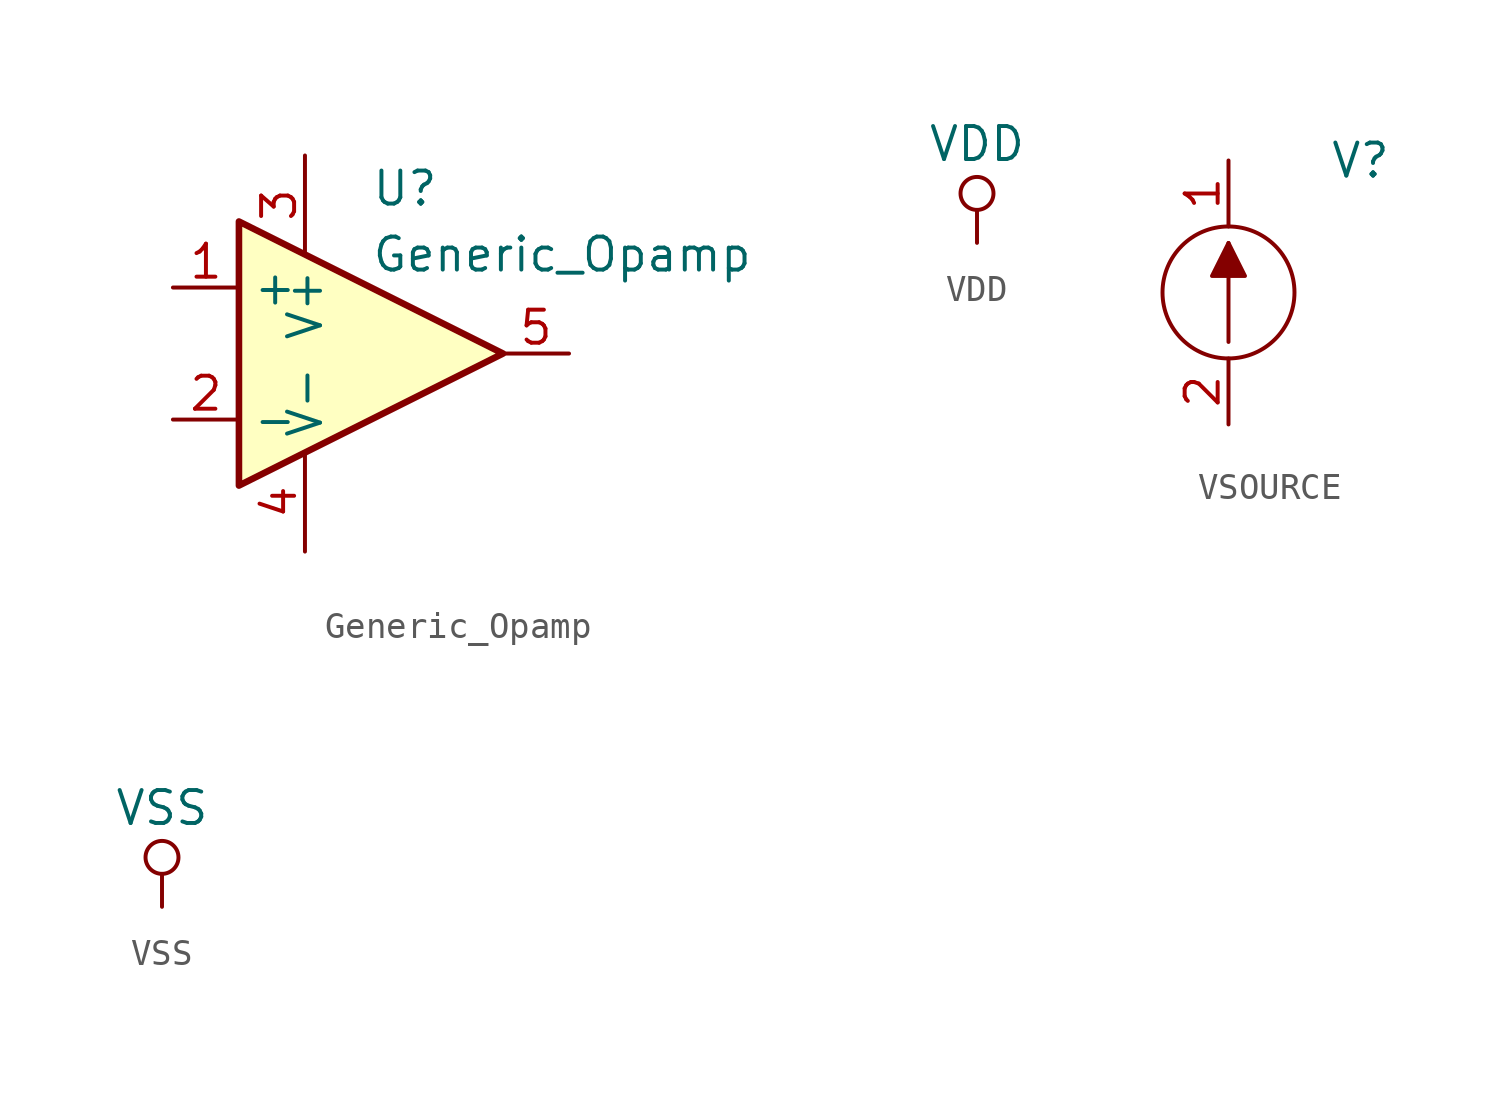
<source format=kicad_sym>
(kicad_symbol_lib
  (version 20201005)
  (generator kicad_symbol_editor)
  (symbol "sallen_key_schlib:Generic_Opamp"
    (property "Reference" "U"
      (at 0 6.35 0)
      (effects (font (size 1.27 1.27)) (justify left)))
    (property "Value" "Generic_Opamp"
      (at 0 3.81 0)
      (effects (font (size 1.27 1.27)) (justify left)))
    (property "Footprint" ""
      (at -2.54 -2.54 0)
      (effects (font (size 1.27 1.27))))
    (property "Datasheet" ""
      (at 0 0 0)
      (effects (font (size 1.27 1.27))))
    (symbol "Generic_Opamp_0_1"
      (polyline (pts (xy -5.08 5.08) (xy 5.08 0) (xy -5.08 -5.08) (xy -5.08 5.08)) (stroke (width 0.254)) (fill (type background))))
    (symbol "Generic_Opamp_1_1"
      (pin input line (at -7.62 2.54 0) (length 2.54) (name "+" (effects (font (size 1.27 1.27)))) (number "1" (effects (font (size 1.27 1.27)))))
      (pin input line (at -7.62 -2.54 0) (length 2.54) (name "-" (effects (font (size 1.27 1.27)))) (number "2" (effects (font (size 1.27 1.27)))))
      (pin power_in line (at -2.54 7.62 270) (length 3.81) (name "V+" (effects (font (size 1.27 1.27)))) (number "3" (effects (font (size 1.27 1.27)))))
      (pin power_in line (at -2.54 -7.62 90) (length 3.81) (name "V-" (effects (font (size 1.27 1.27)))) (number "4" (effects (font (size 1.27 1.27)))))
      (pin output line (at 7.62 0 180) (length 2.54) (name "~" (effects (font (size 1.27 1.27)))) (number "5" (effects (font (size 1.27 1.27)))))))
  (symbol "sallen_key_schlib:VDD"
    (power)
    (pin_names
      (offset 0))
    (property "Reference" "#PWR"
      (at 0 -3.81 0)
      (effects (font (size 1.27 1.27)) hide))
    (property "Value" "VDD"
      (at 0 3.81 0)
      (effects (font (size 1.27 1.27))))
    (property "Footprint" ""
      (at 0 0 0)
      (effects (font (size 1.524 1.524))))
    (property "Datasheet" ""
      (at 0 0 0)
      (effects (font (size 1.524 1.524))))
    (symbol "VDD_0_1"
      (circle (center 0 1.905) (radius 0.635) (stroke (width 0)) (fill (type none)))
      (polyline (pts (xy 0 0) (xy 0 1.27)) (stroke (width 0)) (fill (type none))))
    (symbol "VDD_1_1"
      (pin power_in line (at 0 0 90) (length 0) hide (name "VDD" (effects (font (size 1.27 1.27)))) (number "1" (effects (font (size 1.27 1.27)))))))
  (symbol "sallen_key_schlib:VSOURCE"
    (pin_names
      (offset 1.016))
    (property "Reference" "V"
      (at 5.08 5.08 0)
      (effects (font (size 1.27 1.27))))
    (property "Footprint" ""
      (at 0 0 0)
      (effects (font (size 1.27 1.27))))
    (property "Datasheet" ""
      (at 0 0 0)
      (effects (font (size 1.27 1.27))))
    (symbol "VSOURCE_0_1"
      (circle (center 0 0) (radius 2.54) (stroke (width 0)) (fill (type none)))
      (polyline (pts (xy 0 -1.905) (xy 0 1.905)) (stroke (width 0)) (fill (type none)))
      (polyline (pts (xy 0 1.905) (xy -0.635 0.635) (xy 0.635 0.635) (xy 0 1.905)) (stroke (width 0)) (fill (type outline))))
    (symbol "VSOURCE_1_1"
      (pin input line (at 0 5.08 270) (length 2.54) (name "~" (effects (font (size 1.27 1.27)))) (number "1" (effects (font (size 1.27 1.27)))))
      (pin input line (at 0 -5.08 90) (length 2.54) (name "~" (effects (font (size 1.27 1.27)))) (number "2" (effects (font (size 1.27 1.27)))))))
  (symbol "sallen_key_schlib:VSS"
    (power)
    (pin_names
      (offset 0))
    (property "Reference" "#PWR"
      (at 0 -3.81 0)
      (effects (font (size 1.27 1.27)) hide))
    (property "Value" "VSS"
      (at 0 3.81 0)
      (effects (font (size 1.27 1.27))))
    (property "Footprint" ""
      (at 0 0 0)
      (effects (font (size 1.524 1.524))))
    (property "Datasheet" ""
      (at 0 0 0)
      (effects (font (size 1.524 1.524))))
    (symbol "VSS_0_1"
      (circle (center 0 1.905) (radius 0.635) (stroke (width 0)) (fill (type none)))
      (polyline (pts (xy 0 0) (xy 0 1.27)) (stroke (width 0)) (fill (type none))))
    (symbol "VSS_1_1"
      (pin power_in line (at 0 0 90) (length 0) hide (name "VSS" (effects (font (size 1.27 1.27)))) (number "1" (effects (font (size 1.27 1.27))))))))
</source>
